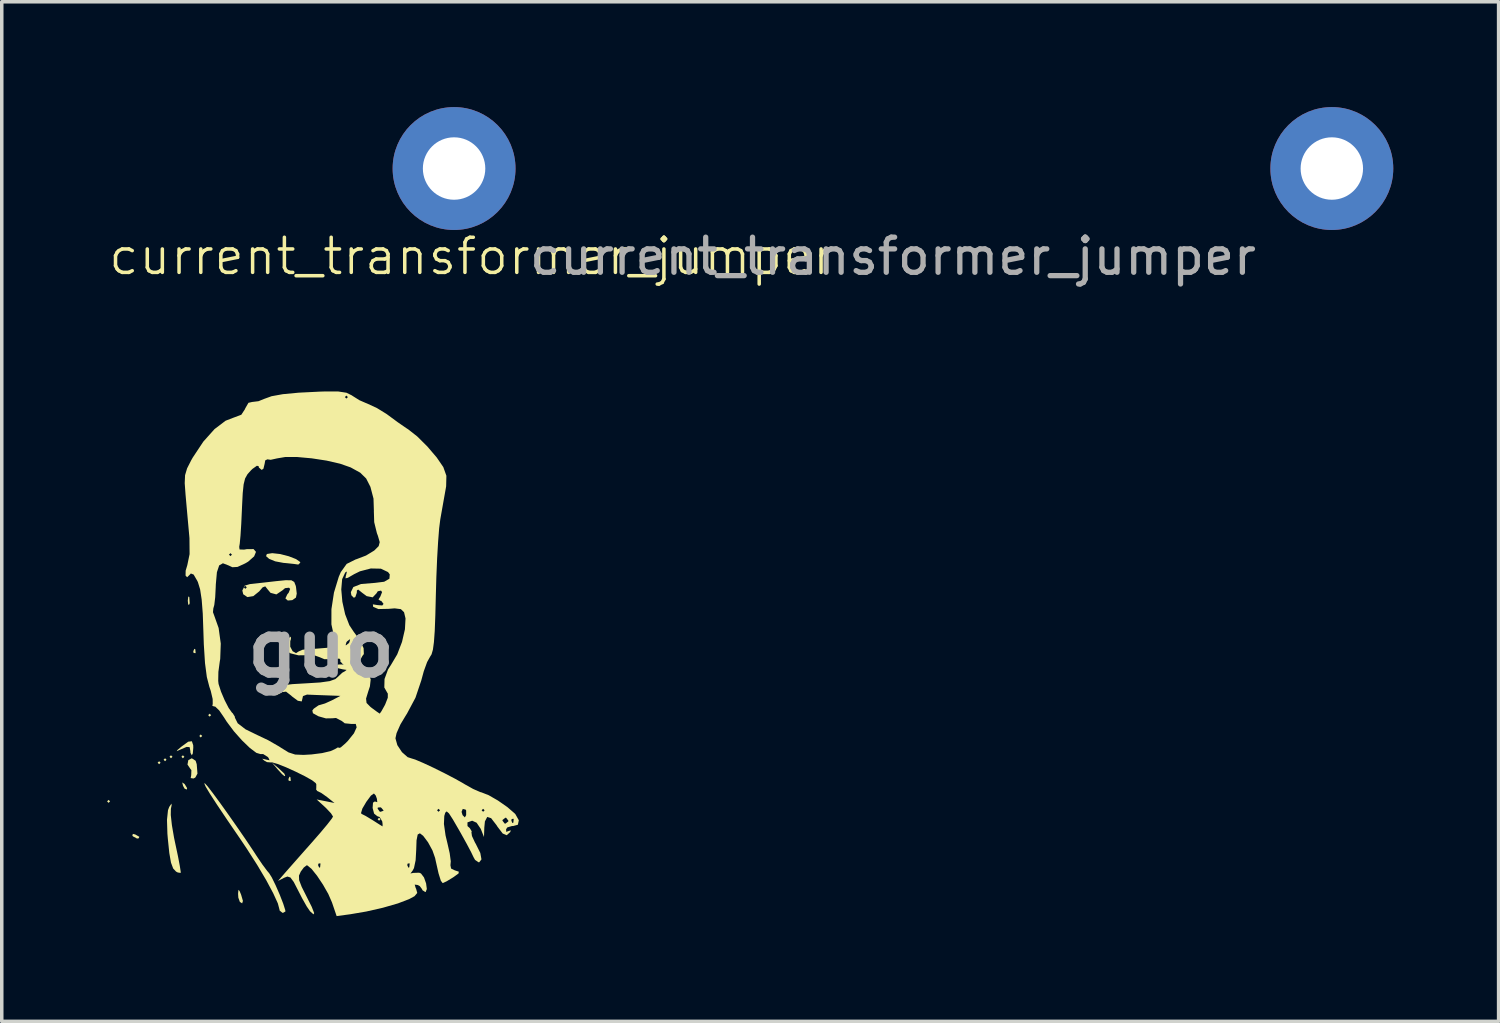
<source format=kicad_pcb>
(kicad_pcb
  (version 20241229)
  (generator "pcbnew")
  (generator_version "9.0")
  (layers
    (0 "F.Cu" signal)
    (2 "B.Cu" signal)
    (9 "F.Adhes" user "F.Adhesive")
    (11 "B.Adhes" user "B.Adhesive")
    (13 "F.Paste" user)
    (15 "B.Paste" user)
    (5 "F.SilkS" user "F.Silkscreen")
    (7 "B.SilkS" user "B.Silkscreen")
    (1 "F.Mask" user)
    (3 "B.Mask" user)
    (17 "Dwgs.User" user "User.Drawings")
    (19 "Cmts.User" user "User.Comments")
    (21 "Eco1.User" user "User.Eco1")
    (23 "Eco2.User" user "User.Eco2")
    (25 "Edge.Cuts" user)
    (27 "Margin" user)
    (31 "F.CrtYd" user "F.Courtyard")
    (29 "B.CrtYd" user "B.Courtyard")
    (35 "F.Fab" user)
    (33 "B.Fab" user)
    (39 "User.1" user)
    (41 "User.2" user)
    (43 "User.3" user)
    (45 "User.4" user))
  (footprint "guo"
    (layer "F.Cu")
    (at 6.096 15.414)
    (property "Reference" "guo" (at 0 0 0) (layer "F.Fab") (effects (font (size 1.524 1.524) (thickness 0.3))))
    (attr board_only exclude_from_pos_files exclude_from_bom)
    (fp_poly (pts (xy -6.011 4.36) (xy -6.054 4.403) (xy -6.096 4.36) (xy -6.054 4.318)) (stroke (width 0) (type solid)) (fill yes) (layer "F.SilkS"))
    (fp_poly (pts (xy -4.572 3.26) (xy -4.614 3.302) (xy -4.657 3.26) (xy -4.614 3.217)) (stroke (width 0) (type solid)) (fill yes) (layer "F.SilkS"))
    (fp_poly (pts (xy -4.403 3.175) (xy -4.445 3.217) (xy -4.487 3.175) (xy -4.445 3.133)) (stroke (width 0) (type solid)) (fill yes) (layer "F.SilkS"))
    (fp_poly (pts (xy -4.233 3.09) (xy -4.276 3.133) (xy -4.318 3.09) (xy -4.276 3.048)) (stroke (width 0) (type solid)) (fill yes) (layer "F.SilkS"))
    (fp_poly (pts (xy -3.895 3.09) (xy -3.937 3.133) (xy -3.979 3.09) (xy -3.937 3.048)) (stroke (width 0) (type solid)) (fill yes) (layer "F.SilkS"))
    (fp_poly (pts (xy -3.387 2.498) (xy -3.429 2.54) (xy -3.471 2.498) (xy -3.429 2.455)) (stroke (width 0) (type solid)) (fill yes) (layer "F.SilkS"))
    (fp_poly (pts (xy -3.133 1.905) (xy -3.175 1.947) (xy -3.217 1.905) (xy -3.175 1.863)) (stroke (width 0) (type solid)) (fill yes) (layer "F.SilkS"))
    (fp_poly (pts (xy 1.693 4.868) (xy 1.651 4.911) (xy 1.609 4.868) (xy 1.651 4.826)) (stroke (width 0) (type solid)) (fill yes) (layer "F.SilkS"))
    (fp_poly (pts (xy -3.754 -1.46) (xy -3.743 -1.287) (xy -3.754 -1.249) (xy -3.785 -1.238) (xy -3.797 -1.355) (xy -3.783 -1.475)) (stroke (width 0) (type solid)) (fill yes) (layer "F.SilkS"))
    (fp_poly (pts (xy -3.584 0.028) (xy -3.574 0.129) (xy -3.584 0.141) (xy -3.635 0.129) (xy -3.641 0.085) (xy -3.61 0.015)) (stroke (width 0) (type solid)) (fill yes) (layer "F.SilkS"))
    (fp_poly (pts (xy -0.875 3.669) (xy -0.865 3.769) (xy -0.875 3.782) (xy -0.925 3.77) (xy -0.931 3.725) (xy -0.9 3.656)) (stroke (width 0) (type solid)) (fill yes) (layer "F.SilkS"))
    (fp_poly (pts (xy -5.296 5.302) (xy -5.177 5.37) (xy -5.197 5.414) (xy -5.244 5.419) (xy -5.359 5.357) (xy -5.376 5.335) (xy -5.362 5.287)) (stroke (width 0) (type solid)) (fill yes) (layer "F.SilkS"))
    (fp_poly (pts (xy -3.895 3.861) (xy -3.884 3.872) (xy -3.817 3.983) (xy -3.826 4.024) (xy -3.889 3.998) (xy -3.932 3.919) (xy -3.957 3.821)) (stroke (width 0) (type solid)) (fill yes) (layer "F.SilkS"))
    (fp_poly (pts (xy -1.206 3.421) (xy -1.047 3.571) (xy -1.023 3.636) (xy -1.045 3.641) (xy -1.114 3.584) (xy -1.236 3.45) (xy -1.397 3.26)) (stroke (width 0) (type solid)) (fill yes) (layer "F.SilkS"))
    (fp_poly (pts (xy -2.322 6.915) (xy -2.279 7.018) (xy -2.227 7.196) (xy -2.249 7.265) (xy -2.314 7.225) (xy -2.358 7.102) (xy -2.365 6.992) (xy -2.355 6.88)) (stroke (width 0) (type solid)) (fill yes) (layer "F.SilkS"))
    (fp_poly (pts (xy -3.574 3.204) (xy -3.543 3.302) (xy -3.528 3.493) (xy -3.522 3.57) (xy -3.582 3.681) (xy -3.633 3.709) (xy -3.715 3.697) (xy -3.7 3.613) (xy -3.695 3.471) (xy -3.729 3.427) (xy -3.806 3.312) (xy -3.782 3.185) (xy -3.683 3.133)) (stroke (width 0) (type solid)) (fill yes) (layer "F.SilkS"))
    (fp_poly (pts (xy -3.643 2.763) (xy -3.641 2.836) (xy -3.655 2.996) (xy -3.683 3.048) (xy -3.721 2.979) (xy -3.725 2.921) (xy -3.745 2.816) (xy -3.831 2.809) (xy -4.006 2.884) (xy -4.112 2.931) (xy -4.092 2.897) (xy -3.979 2.802) (xy -3.785 2.661) (xy -3.681 2.648)) (stroke (width 0) (type solid)) (fill yes) (layer "F.SilkS"))
    (fp_poly (pts (xy -1.167 -2.684) (xy -0.922 -2.621) (xy -0.714 -2.54) (xy -0.6 -2.46) (xy -0.593 -2.438) (xy -0.649 -2.384) (xy -0.656 -2.385) (xy -0.774 -2.402) (xy -0.991 -2.425) (xy -1.073 -2.432) (xy -1.307 -2.476) (xy -1.481 -2.547) (xy -1.568 -2.624) (xy -1.545 -2.685) (xy -1.392 -2.709)) (stroke (width 0) (type solid)) (fill yes) (layer "F.SilkS"))
    (fp_poly (pts (xy -4.258 4.473) (xy -4.279 4.574) (xy -4.282 4.749) (xy -4.25 5.039) (xy -4.189 5.394) (xy -4.15 5.58) (xy -4.077 5.923) (xy -4.025 6.197) (xy -3.999 6.365) (xy -4 6.399) (xy -4.083 6.386) (xy -4.132 6.36) (xy -4.214 6.272) (xy -4.276 6.105) (xy -4.324 5.831) (xy -4.366 5.423) (xy -4.378 5.282) (xy -4.39 4.886) (xy -4.361 4.611) (xy -4.327 4.52) (xy -4.262 4.424)) (stroke (width 0) (type solid)) (fill yes) (layer "F.SilkS"))
    (fp_poly (pts (xy -3.231 3.934) (xy -3.079 4.132) (xy -2.873 4.412) (xy -2.634 4.747) (xy -2.382 5.107) (xy -2.137 5.463) (xy -1.921 5.786) (xy -1.836 5.917) (xy -1.676 6.154) (xy -1.535 6.343) (xy -1.482 6.404) (xy -1.405 6.527) (xy -1.296 6.75) (xy -1.179 7.018) (xy -1.08 7.272) (xy -1.022 7.455) (xy -1.016 7.496) (xy -1.081 7.534) (xy -1.101 7.535) (xy -1.182 7.47) (xy -1.185 7.445) (xy -1.232 7.267) (xy -1.364 6.978) (xy -1.564 6.604) (xy -1.82 6.172) (xy -2.117 5.708) (xy -2.282 5.462) (xy -2.671 4.893) (xy -2.965 4.455) (xy -3.17 4.139) (xy -3.289 3.94) (xy -3.328 3.85) (xy -3.309 3.848)) (stroke (width 0) (type solid)) (fill yes) (layer "F.SilkS"))
    (fp_poly (pts (xy -0.846 -1.936) (xy -0.766 -1.889) (xy -0.725 -1.786) (xy -0.716 -1.752) (xy -0.694 -1.556) (xy -0.717 -1.444) (xy -0.821 -1.371) (xy -0.949 -1.36) (xy -1.016 -1.418) (xy -1.016 -1.422) (xy -0.963 -1.536) (xy -0.924 -1.582) (xy -0.882 -1.69) (xy -0.914 -1.725) (xy -1.028 -1.712) (xy -1.101 -1.65) (xy -1.274 -1.534) (xy -1.441 -1.579) (xy -1.519 -1.672) (xy -1.591 -1.763) (xy -1.666 -1.735) (xy -1.763 -1.621) (xy -1.931 -1.485) (xy -2.1 -1.458) (xy -2.218 -1.538) (xy -2.244 -1.645) (xy -2.2 -1.734) (xy -2.159 -1.693) (xy -2.117 -1.736) (xy -2.159 -1.778) (xy -2.198 -1.739) (xy -2.177 -1.783) (xy -2.032 -1.827) (xy -1.834 -1.849) (xy -1.54 -1.882) (xy -1.296 -1.91) (xy -1.008 -1.939)) (stroke (width 0) (type solid)) (fill yes) (layer "F.SilkS"))
    (fp_poly (pts (xy 0.487 -7.314) (xy 0.723 -7.278) (xy 0.878 -7.201) (xy 0.889 -7.192) (xy 1.091 -7.065) (xy 1.339 -6.957) (xy 1.34 -6.957) (xy 1.588 -6.843) (xy 1.861 -6.675) (xy 1.932 -6.623) (xy 2.183 -6.438) (xy 2.425 -6.271) (xy 2.481 -6.235) (xy 2.737 -6.034) (xy 3.025 -5.748) (xy 3.292 -5.435) (xy 3.48 -5.161) (xy 3.568 -4.914) (xy 3.561 -4.615) (xy 3.551 -4.555) (xy 3.499 -4.263) (xy 3.435 -3.902) (xy 3.394 -3.671) (xy 3.362 -3.418) (xy 3.332 -3.033) (xy 3.304 -2.556) (xy 3.282 -2.023) (xy 3.268 -1.528) (xy 3.253 -0.937) (xy 3.236 -0.493) (xy 3.213 -0.175) (xy 3.184 0.04) (xy 3.145 0.174) (xy 3.105 0.238) (xy 3.019 0.393) (xy 2.924 0.655) (xy 2.853 0.916) (xy 2.687 1.409) (xy 2.442 1.868) (xy 2.423 1.896) (xy 2.26 2.167) (xy 2.149 2.417) (xy 2.117 2.564) (xy 2.171 2.759) (xy 2.303 2.959) (xy 2.464 3.101) (xy 2.561 3.133) (xy 2.681 3.17) (xy 2.909 3.267) (xy 3.203 3.404) (xy 3.521 3.562) (xy 3.823 3.72) (xy 4.067 3.858) (xy 4.094 3.875) (xy 4.328 4.006) (xy 4.524 4.093) (xy 4.572 4.106) (xy 4.773 4.185) (xy 5.037 4.337) (xy 5.304 4.523) (xy 5.512 4.703) (xy 5.533 4.725) (xy 5.631 4.899) (xy 5.604 5.026) (xy 5.465 5.064) (xy 5.442 5.061) (xy 5.304 5.102) (xy 5.268 5.155) (xy 5.273 5.23) (xy 5.336 5.206) (xy 5.405 5.185) (xy 5.384 5.236) (xy 5.287 5.325) (xy 5.172 5.276) (xy 5.021 5.079) (xy 4.995 5.037) (xy 4.897 4.911) (xy 5.165 4.911) (xy 5.229 4.993) (xy 5.249 4.995) (xy 5.332 4.931) (xy 5.334 4.911) (xy 5.419 4.911) (xy 5.45 4.98) (xy 5.475 4.967) (xy 5.485 4.867) (xy 5.475 4.854) (xy 5.425 4.866) (xy 5.419 4.911) (xy 5.334 4.911) (xy 5.27 4.828) (xy 5.249 4.826) (xy 5.167 4.89) (xy 5.165 4.911) (xy 4.897 4.911) (xy 4.842 4.839) (xy 4.731 4.804) (xy 4.665 4.932) (xy 4.648 5.106) (xy 4.639 5.376) (xy 4.547 5.144) (xy 4.429 4.969) (xy 4.302 4.911) (xy 4.168 4.959) (xy 4.169 5.064) (xy 4.235 5.123) (xy 4.29 5.215) (xy 4.281 5.24) (xy 4.296 5.347) (xy 4.381 5.53) (xy 4.407 5.575) (xy 4.534 5.83) (xy 4.567 6.013) (xy 4.504 6.094) (xy 4.485 6.096) (xy 4.385 6.028) (xy 4.341 5.95) (xy 4.275 5.812) (xy 4.148 5.572) (xy 3.983 5.274) (xy 3.926 5.174) (xy 3.752 4.874) (xy 3.642 4.704) (xy 3.591 4.659) (xy 4 4.659) (xy 4.029 4.753) (xy 4.094 4.817) (xy 4.131 4.753) (xy 4.131 4.621) (xy 4.127 4.614) (xy 4.572 4.614) (xy 4.614 4.657) (xy 4.657 4.614) (xy 4.614 4.572) (xy 4.572 4.614) (xy 4.127 4.614) (xy 4.115 4.595) (xy 4.034 4.575) (xy 4 4.659) (xy 3.591 4.659) (xy 3.576 4.646) (xy 3.536 4.683) (xy 3.508 4.776) (xy 3.498 5.004) (xy 3.544 5.33) (xy 3.596 5.547) (xy 3.662 5.837) (xy 3.693 6.067) (xy 3.683 6.181) (xy 3.702 6.274) (xy 3.807 6.325) (xy 3.922 6.363) (xy 3.914 6.414) (xy 3.775 6.515) (xy 3.752 6.53) (xy 3.576 6.637) (xy 3.465 6.688) (xy 3.461 6.688) (xy 3.41 6.621) (xy 3.345 6.413) (xy 3.263 6.05) (xy 3.247 5.973) (xy 3.171 5.757) (xy 3.045 5.526) (xy 2.907 5.342) (xy 2.814 5.27) (xy 2.751 5.304) (xy 2.718 5.469) (xy 2.709 5.733) (xy 2.692 6.036) (xy 2.645 6.26) (xy 2.603 6.338) (xy 2.544 6.414) (xy 2.621 6.399) (xy 2.625 6.398) (xy 2.791 6.392) (xy 2.844 6.414) (xy 2.93 6.527) (xy 2.99 6.697) (xy 3.011 6.857) (xy 2.977 6.941) (xy 2.965 6.943) (xy 2.881 6.886) (xy 2.879 6.867) (xy 2.811 6.775) (xy 2.75 6.742) (xy 2.665 6.731) (xy 2.693 6.826) (xy 2.706 6.851) (xy 2.738 6.969) (xy 2.661 7.061) (xy 2.506 7.145) (xy 2.187 7.267) (xy 1.76 7.39) (xy 1.286 7.498) (xy 0.835 7.575) (xy 0.442 7.628) (xy 0.309 7.238) (xy 0.205 6.999) (xy 0.053 6.732) (xy -0.116 6.479) (xy -0.274 6.282) (xy -0.392 6.185) (xy -0.41 6.181) (xy -0.085 6.181) (xy -0.054 6.25) (xy -0.028 6.237) (xy -0.023 6.181) (xy 2.455 6.181) (xy 2.486 6.25) (xy 2.512 6.237) (xy 2.522 6.137) (xy 2.512 6.124) (xy 2.461 6.136) (xy 2.455 6.181) (xy -0.023 6.181) (xy -0.018 6.137) (xy -0.028 6.124) (xy -0.079 6.136) (xy -0.085 6.181) (xy -0.41 6.181) (xy -0.493 6.244) (xy -0.58 6.361) (xy -0.631 6.476) (xy -0.626 6.606) (xy -0.553 6.796) (xy -0.426 7.048) (xy -0.267 7.365) (xy -0.198 7.542) (xy -0.217 7.579) (xy -0.316 7.49) (xy -0.408 7.356) (xy -0.539 7.124) (xy -0.648 6.911) (xy -0.78 6.656) (xy -0.874 6.529) (xy -0.961 6.501) (xy -1.052 6.536) (xy -1.228 6.627) (xy -1.053 6.425) (xy -0.924 6.278) (xy -0.715 6.041) (xy -0.459 5.751) (xy -0.27 5.538) (xy -0.022 5.254) (xy 0.177 5.016) (xy 0.304 4.852) (xy 0.339 4.793) (xy 0.282 4.702) (xy 0.273 4.692) (xy 1.137 4.692) (xy 1.15 4.716) (xy 1.269 4.776) (xy 1.456 4.889) (xy 1.482 4.905) (xy 1.653 5.014) (xy 1.745 5.071) (xy 1.749 5.074) (xy 1.751 5.01) (xy 1.741 4.932) (xy 1.667 4.806) (xy 1.602 4.784) (xy 1.509 4.709) (xy 1.472 4.567) (xy 1.609 4.567) (xy 1.67 4.653) (xy 1.693 4.657) (xy 1.776 4.628) (xy 1.778 4.619) (xy 1.774 4.614) (xy 3.302 4.614) (xy 3.344 4.657) (xy 3.387 4.614) (xy 3.344 4.572) (xy 3.302 4.614) (xy 1.774 4.614) (xy 1.719 4.547) (xy 1.693 4.53) (xy 1.615 4.536) (xy 1.609 4.567) (xy 1.472 4.567) (xy 1.467 4.549) (xy 1.478 4.397) (xy 1.529 4.363) (xy 1.6 4.383) (xy 1.588 4.284) (xy 1.556 4.194) (xy 1.504 4.136) (xy 1.418 4.197) (xy 1.288 4.373) (xy 1.175 4.565) (xy 1.137 4.692) (xy 0.273 4.692) (xy 0.142 4.553) (xy 0.106 4.519) (xy -0.127 4.306) (xy 0.127 4.356) (xy 0.381 4.407) (xy 0.169 4.237) (xy 0.002 4.119) (xy -0.109 4.066) (xy -0.111 4.066) (xy -0.146 4.013) (xy -0.138 3.996) (xy -0.137 3.873) (xy -0.154 3.841) (xy -0.257 3.76) (xy -0.463 3.644) (xy -0.726 3.514) (xy -0.999 3.39) (xy -1.238 3.295) (xy -1.394 3.25) (xy -1.427 3.252) (xy -1.54 3.243) (xy -1.613 3.204) (xy -1.679 3.146) (xy -1.598 3.162) (xy -1.576 3.169) (xy -1.468 3.19) (xy -1.498 3.122) (xy -1.518 3.097) (xy -1.652 3.012) (xy -1.726 3.014) (xy -1.844 2.979) (xy -2.031 2.838) (xy -2.255 2.622) (xy -2.484 2.364) (xy -2.687 2.093) (xy -2.767 1.968) (xy -2.902 1.771) (xy -3.015 1.662) (xy -3.055 1.655) (xy -3.099 1.638) (xy -3.087 1.588) (xy -3.089 1.445) (xy -3.143 1.215) (xy -3.183 1.097) (xy -3.255 0.819) (xy -3.307 0.423) (xy -3.341 -0.112) (xy -3.352 -0.446) (xy -3.371 -0.988) (xy -3.374 -1.027) (xy -3.08 -1.027) (xy -3.049 -0.943) (xy -2.919 -0.577) (xy -2.858 -0.133) (xy -2.874 0.305) (xy -2.887 0.381) (xy -2.926 0.673) (xy -2.931 0.93) (xy -2.921 1.016) (xy -2.852 1.233) (xy -2.747 1.48) (xy -2.634 1.699) (xy -2.539 1.833) (xy -2.519 1.849) (xy -2.458 1.946) (xy -2.455 1.978) (xy -2.376 2.136) (xy -2.153 2.308) (xy -1.811 2.475) (xy -1.808 2.476) (xy -1.509 2.618) (xy -1.199 2.796) (xy -1.133 2.839) (xy -0.927 2.966) (xy -0.739 3.027) (xy -0.501 3.037) (xy -0.274 3.024) (xy 0.026 2.986) (xy 0.268 2.929) (xy 0.382 2.878) (xy 0.484 2.82) (xy 0.508 2.839) (xy 0.559 2.824) (xy 0.687 2.713) (xy 0.762 2.638) (xy 0.935 2.422) (xy 1.012 2.252) (xy 0.987 2.154) (xy 0.859 2.155) (xy 0.673 2.137) (xy 0.593 2.074) (xy 0.424 1.985) (xy 0.325 1.994) (xy 0.136 1.997) (xy -0.076 1.937) (xy -0.233 1.85) (xy -0.25 1.772) (xy -0.208 1.719) (xy -0.073 1.625) (xy -0.016 1.609) (xy 0.11 1.572) (xy 0.302 1.485) (xy 0.308 1.482) (xy 0.55 1.356) (xy 0.148 1.341) (xy -0.125 1.331) (xy -0.345 1.322) (xy -0.402 1.319) (xy -0.517 1.362) (xy -0.529 1.418) (xy -0.552 1.514) (xy -0.663 1.495) (xy -0.831 1.37) (xy -0.852 1.349) (xy -0.999 1.235) (xy -1.113 1.249) (xy -1.151 1.276) (xy -1.286 1.342) (xy -1.334 1.269) (xy -1.309 1.165) (xy -1.244 1.1) (xy -1.089 1.053) (xy -0.816 1.021) (xy -0.45 1) (xy -0.03 0.974) (xy 0.246 0.935) (xy 0.405 0.878) (xy 0.455 0.835) (xy 0.603 0.696) (xy 0.677 0.655) (xy 0.725 0.616) (xy 0.614 0.599) (xy 0.465 0.565) (xy 0.423 0.516) (xy 0.492 0.462) (xy 0.572 0.461) (xy 0.647 0.464) (xy 0.613 0.447) (xy 0.554 0.381) (xy 0.847 0.381) (xy 0.889 0.423) (xy 0.931 0.381) (xy 0.889 0.339) (xy 0.847 0.381) (xy 0.554 0.381) (xy 0.543 0.37) (xy 0.554 0.334) (xy 0.518 0.294) (xy 0.36 0.305) (xy 0.343 0.308) (xy 0.095 0.312) (xy -0.042 0.254) (xy -0.226 0.189) (xy -0.415 0.197) (xy -0.645 0.201) (xy -0.875 0.143) (xy -1.046 0.044) (xy -1.1 -0.053) (xy -1.042 -0.18) (xy -0.961 -0.264) (xy -0.863 -0.332) (xy -0.859 -0.267) (xy -0.879 -0.202) (xy -0.88 -0.046) (xy -0.812 0.083) (xy -0.715 0.139) (xy -0.639 0.09) (xy -0.529 0.042) (xy -0.31 0.015) (xy -0.156 0.013) (xy 0.177 -0.014) (xy 0.32 -0.09) (xy 0.698 -0.09) (xy 0.71 -0.085) (xy 0.787 -0.144) (xy 0.804 -0.169) (xy 0.826 -0.248) (xy 0.814 -0.254) (xy 0.737 -0.194) (xy 0.72 -0.169) (xy 0.698 -0.09) (xy 0.32 -0.09) (xy 0.359 -0.111) (xy 0.389 -0.278) (xy 0.368 -0.339) (xy 0.293 -0.681) (xy 0.294 -1.115) (xy 0.366 -1.586) (xy 0.393 -1.675) (xy 0.574 -1.675) (xy 0.605 -1.325) (xy 0.684 -0.969) (xy 0.805 -0.656) (xy 0.931 -0.466) (xy 1.109 -0.226) (xy 1.21 -0.002) (xy 1.217 0.165) (xy 1.177 0.217) (xy 1.114 0.331) (xy 1.101 0.433) (xy 1.129 0.551) (xy 1.173 0.558) (xy 1.259 0.59) (xy 1.351 0.713) (xy 1.412 0.888) (xy 1.39 1.085) (xy 1.344 1.224) (xy 1.28 1.433) (xy 1.294 1.557) (xy 1.402 1.667) (xy 1.441 1.698) (xy 1.593 1.81) (xy 1.669 1.861) (xy 1.67 1.861) (xy 1.717 1.795) (xy 1.808 1.632) (xy 1.826 1.597) (xy 1.899 1.409) (xy 1.9 1.289) (xy 1.892 1.28) (xy 1.8 1.118) (xy 1.806 0.876) (xy 1.905 0.606) (xy 1.992 0.47) (xy 2.168 0.173) (xy 2.304 -0.181) (xy 2.387 -0.54) (xy 2.404 -0.85) (xy 2.362 -1.027) (xy 2.272 -1.114) (xy 2.096 -1.137) (xy 1.918 -1.123) (xy 1.631 -1.117) (xy 1.486 -1.179) (xy 1.482 -1.185) (xy 1.474 -1.251) (xy 1.598 -1.231) (xy 1.742 -1.219) (xy 1.778 -1.264) (xy 1.712 -1.35) (xy 1.683 -1.355) (xy 1.634 -1.391) (xy 1.687 -1.474) (xy 1.736 -1.599) (xy 1.706 -1.643) (xy 1.613 -1.623) (xy 1.578 -1.566) (xy 1.469 -1.451) (xy 1.298 -1.485) (xy 1.171 -1.579) (xy 1.056 -1.672) (xy 1.019 -1.647) (xy 1.016 -1.579) (xy 0.974 -1.459) (xy 0.931 -1.439) (xy 0.861 -1.51) (xy 0.847 -1.599) (xy 0.918 -1.744) (xy 1.137 -1.83) (xy 1.509 -1.861) (xy 1.528 -1.862) (xy 1.796 -1.895) (xy 1.945 -1.981) (xy 1.955 -2.105) (xy 1.906 -2.17) (xy 1.702 -2.267) (xy 1.416 -2.273) (xy 1.105 -2.192) (xy 0.941 -2.111) (xy 0.762 -2.007) (xy 0.693 -1.992) (xy 0.704 -2.064) (xy 0.713 -2.09) (xy 0.735 -2.187) (xy 0.687 -2.159) (xy 0.599 -1.969) (xy 0.574 -1.675) (xy 0.393 -1.675) (xy 0.503 -2.036) (xy 0.561 -2.17) (xy 0.728 -2.403) (xy 0.985 -2.531) (xy 1.012 -2.539) (xy 1.278 -2.641) (xy 1.504 -2.778) (xy 1.521 -2.791) (xy 1.64 -2.91) (xy 1.669 -3.023) (xy 1.618 -3.201) (xy 1.589 -3.278) (xy 1.512 -3.592) (xy 1.502 -3.909) (xy 1.503 -3.92) (xy 1.492 -4.263) (xy 1.404 -4.598) (xy 1.283 -4.835) (xy 1.114 -5.001) (xy 0.842 -5.151) (xy 0.543 -5.256) (xy 0.156 -5.345) (xy -0.268 -5.41) (xy -0.678 -5.447) (xy -1.025 -5.447) (xy -1.255 -5.408) (xy -1.436 -5.368) (xy -1.531 -5.381) (xy -1.592 -5.351) (xy -1.609 -5.254) (xy -1.643 -5.114) (xy -1.693 -5.08) (xy -1.772 -5.147) (xy -1.778 -5.184) (xy -1.828 -5.199) (xy -1.954 -5.11) (xy -2 -5.066) (xy -2.098 -4.956) (xy -2.165 -4.836) (xy -2.207 -4.668) (xy -2.233 -4.415) (xy -2.252 -4.04) (xy -2.257 -3.925) (xy -2.275 -3.538) (xy -2.296 -3.209) (xy -2.318 -2.976) (xy -2.333 -2.889) (xy -2.323 -2.814) (xy -2.194 -2.81) (xy -2.118 -2.823) (xy -1.924 -2.825) (xy -1.855 -2.746) (xy -1.908 -2.617) (xy -2.078 -2.467) (xy -2.165 -2.416) (xy -2.381 -2.317) (xy -2.527 -2.308) (xy -2.641 -2.361) (xy -2.797 -2.421) (xy -2.903 -2.361) (xy -2.968 -2.166) (xy -2.999 -1.821) (xy -3.002 -1.743) (xy -3.017 -1.451) (xy -3.043 -1.231) (xy -3.07 -1.135) (xy -3.08 -1.027) (xy -3.374 -1.027) (xy -3.402 -1.388) (xy -3.446 -1.676) (xy -3.508 -1.879) (xy -3.523 -1.913) (xy -3.631 -2.099) (xy -3.71 -2.13) (xy -3.733 -2.104) (xy -3.816 -2.023) (xy -3.861 -2.071) (xy -3.858 -2.211) (xy -3.811 -2.368) (xy -3.749 -2.667) (xy -2.625 -2.667) (xy -2.582 -2.625) (xy -2.54 -2.667) (xy -2.582 -2.709) (xy -2.625 -2.667) (xy -3.749 -2.667) (xy -3.746 -2.682) (xy -3.75 -3.135) (xy -3.755 -3.196) (xy -3.792 -3.602) (xy -3.833 -4.059) (xy -3.861 -4.373) (xy -3.885 -4.702) (xy -3.875 -4.93) (xy -3.817 -5.125) (xy -3.7 -5.355) (xy -3.656 -5.432) (xy -3.355 -5.886) (xy -3.035 -6.243) (xy -2.721 -6.481) (xy -2.498 -6.567) (xy -2.273 -6.651) (xy -2.168 -6.812) (xy -2.163 -6.829) (xy -2.07 -6.991) (xy -1.966 -7.015) (xy -1.784 -7.037) (xy -1.616 -7.105) (xy -1.48 -7.154) (xy 0.677 -7.154) (xy 0.72 -7.112) (xy 0.762 -7.154) (xy 0.72 -7.197) (xy 0.677 -7.154) (xy -1.48 -7.154) (xy -1.412 -7.179) (xy -1.091 -7.237) (xy -0.637 -7.28) (xy -0.034 -7.31) (xy 0.127 -7.315)) (stroke (width 0) (type solid)) (fill yes) (layer "F.SilkS")))
  (footprint "current_transformer_jumper"
    (layer "F.Cu")
    (at 22.383 1.75)
    (property "Reference" "current_transformer_jumper" (at -12 2.5 0) (unlocked yes) (layer "F.SilkS") (effects (font (size 1 1) (thickness 0.1))))
    (attr board_only exclude_from_pos_files exclude_from_bom)
    (fp_text user "${REFERENCE}" (at 0 2.5 0) (unlocked yes) (layer "F.Fab") (effects (font (size 1 1) (thickness 0.15))))
    (pad "1" thru_hole circle (at -12.5 0) (size 3.5 3.5) (drill 1.778) (layers "*.Cu" "*.Mask") (remove_unused_layers yes) (keep_end_layers yes) (zone_layer_connections))
    (pad "2" thru_hole circle (at 12.5 0) (size 3.5 3.5) (drill 1.778) (layers "*.Cu" "*.Mask") (remove_unused_layers yes) (keep_end_layers yes) (zone_layer_connections)))
  (gr_rect
    (start -3 -3)
    (end 39.633 26.041)
    (stroke (width 0.1) (type default))
    (fill no)
    (layer "Edge.Cuts")))
</source>
